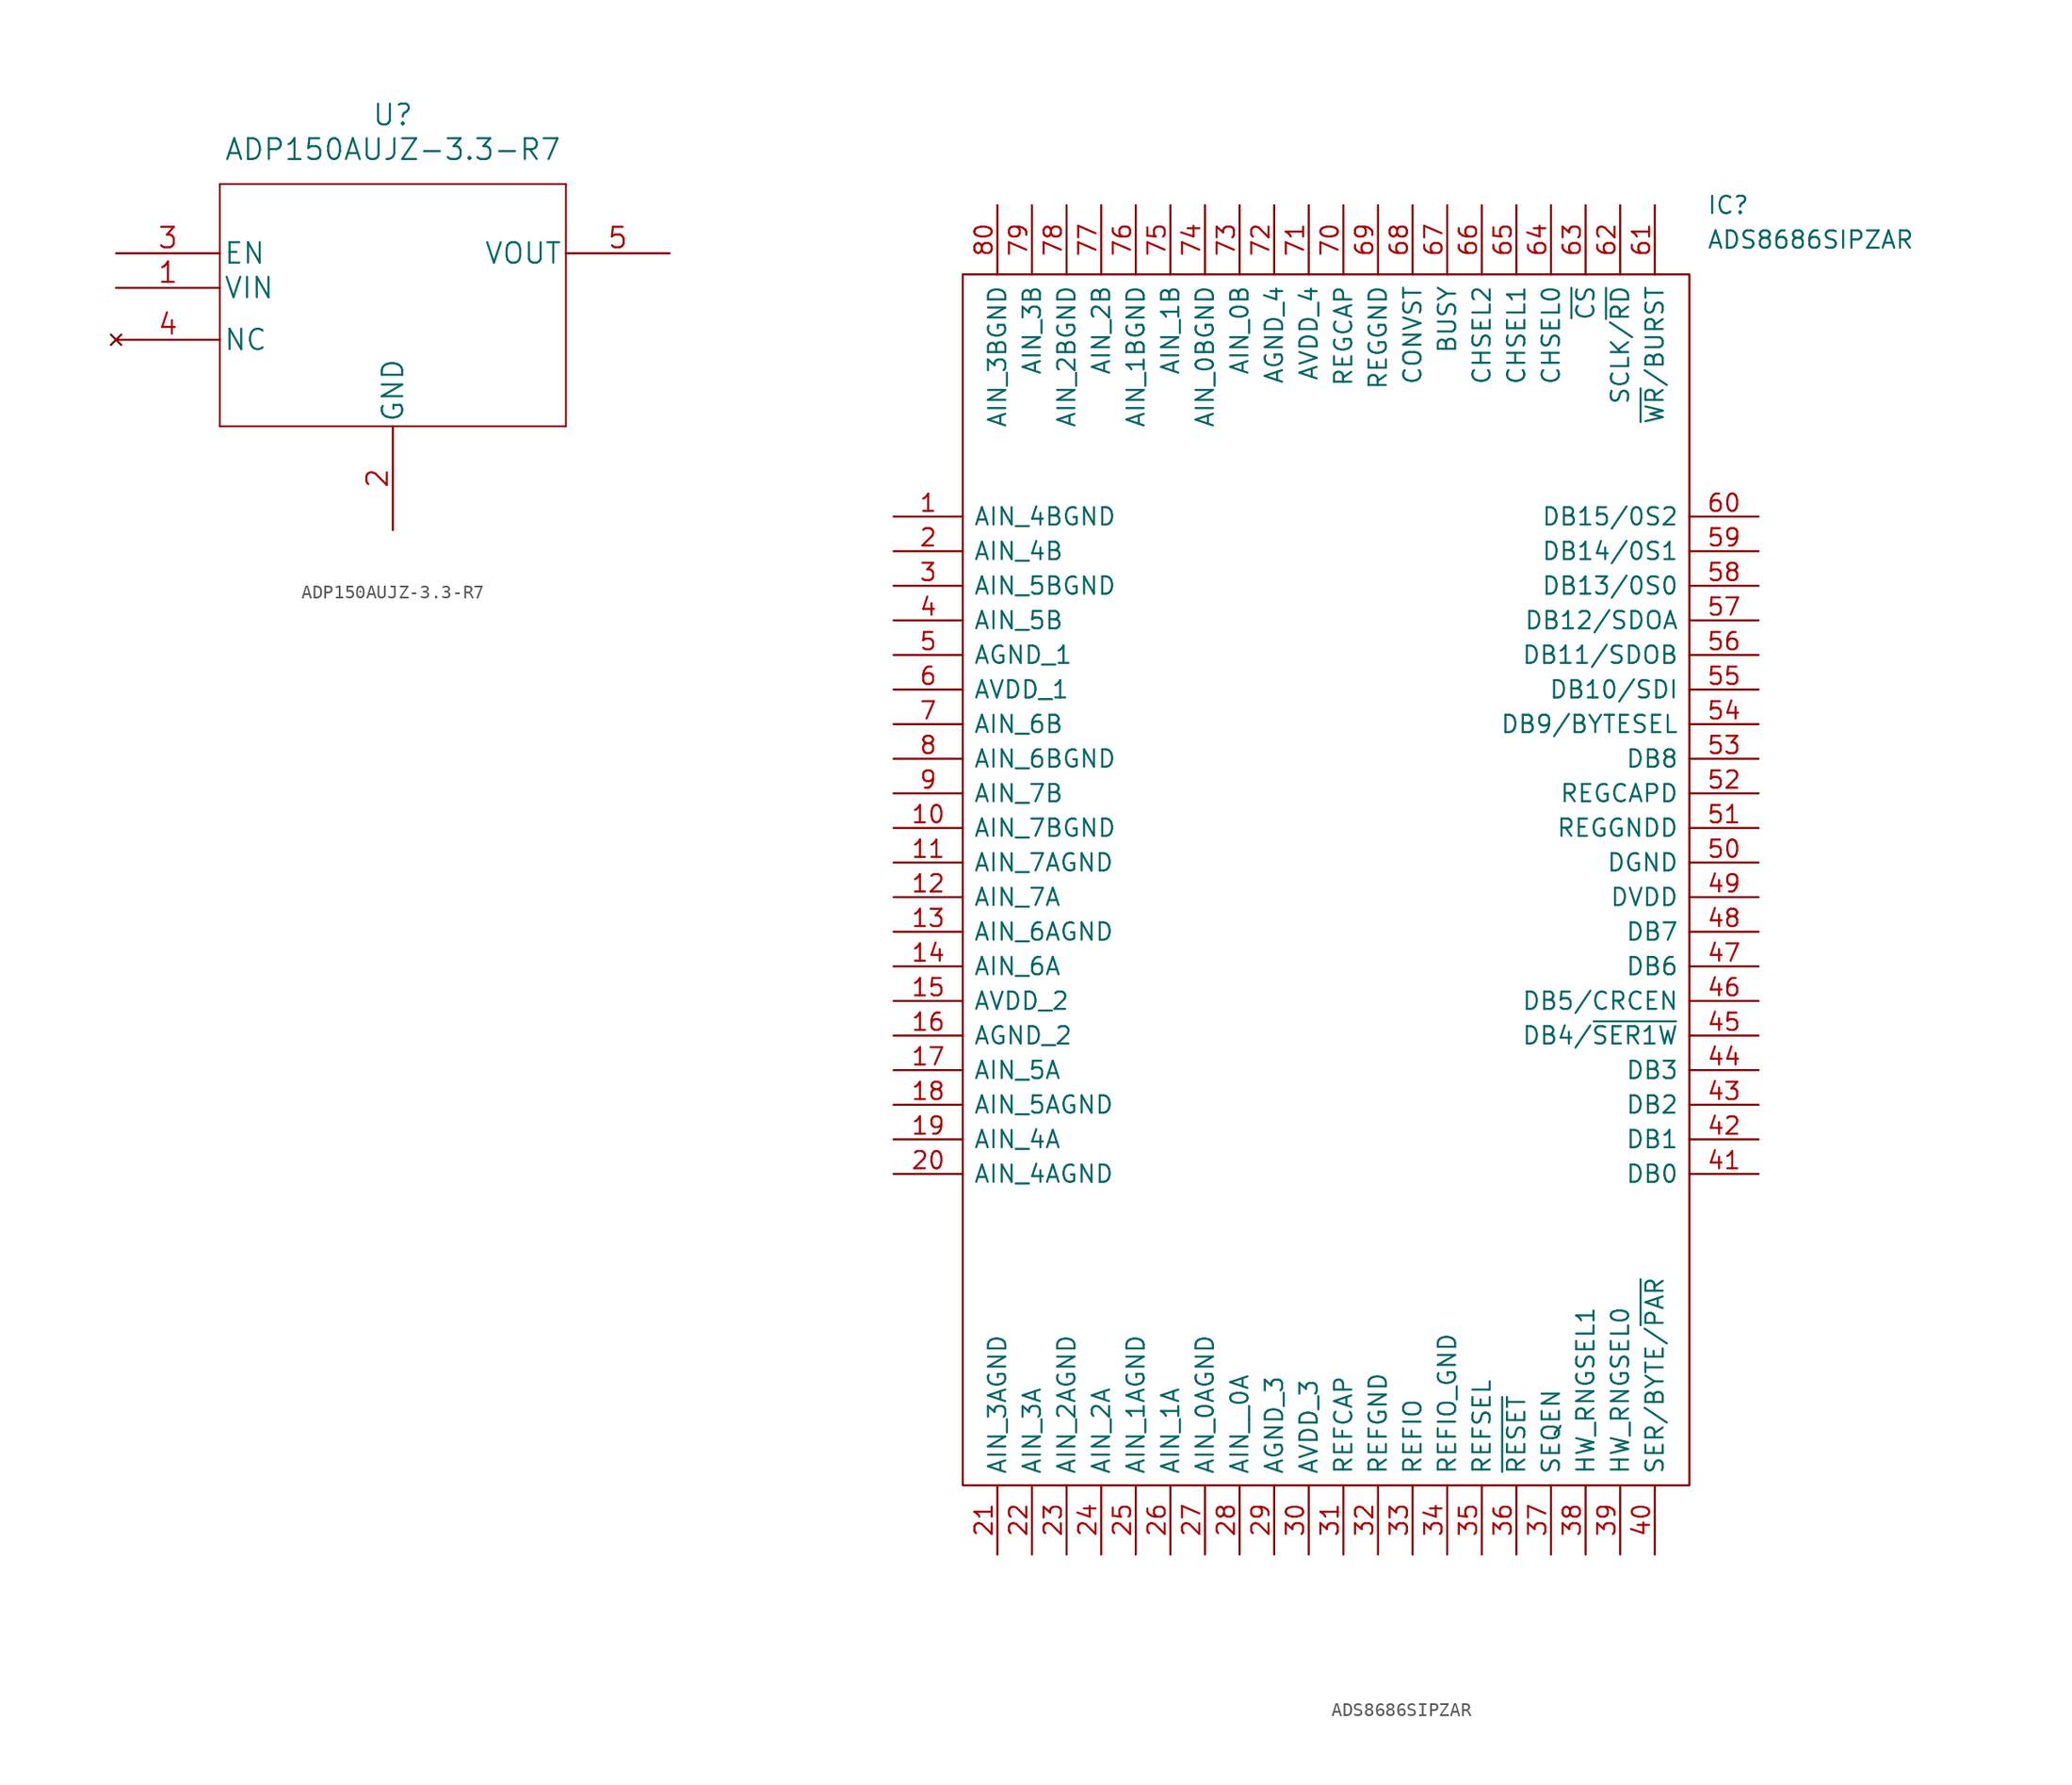
<source format=kicad_sym>
(kicad_symbol_lib
  (version 20211014)
  (generator kicad_symbol_editor)
  (symbol "ADP150AUJZ-3.3-R7"
    (pin_names
      (offset 0.254))
    (property "Reference" "U"
      (at 20.32 10.16 0)
      (effects (font (size 1.524 1.524))))
    (property "Value" "ADP150AUJZ-3.3-R7"
      (at 20.32 7.62 0)
      (effects (font (size 1.524 1.524))))
    (property "Datasheet" ""
      (at 0 0 0)
      (effects (font (size 1.524 1.524))))
    (property "ki_locked" ""
      (at 0 0 0)
      (effects (font (size 1.27 1.27))))
    (symbol "ADP150AUJZ-3.3-R7_1_1"
      (polyline (pts (xy 7.62 -12.7) (xy 33.02 -12.7)) (stroke (width 0.127) (type default) (color 0 0 0 0)) (fill (type none)))
      (polyline (pts (xy 7.62 5.08) (xy 7.62 -12.7)) (stroke (width 0.127) (type default) (color 0 0 0 0)) (fill (type none)))
      (polyline (pts (xy 33.02 -12.7) (xy 33.02 5.08)) (stroke (width 0.127) (type default) (color 0 0 0 0)) (fill (type none)))
      (polyline (pts (xy 33.02 5.08) (xy 7.62 5.08)) (stroke (width 0.127) (type default) (color 0 0 0 0)) (fill (type none)))
      (pin input line (at 0 -2.54 0) (length 7.62) (name "VIN" (effects (font (size 1.499 1.499)))) (number "1" (effects (font (size 1.499 1.499)))))
      (pin power_in line (at 20.32 -20.32 90) (length 7.62) (name "GND" (effects (font (size 1.499 1.499)))) (number "2" (effects (font (size 1.499 1.499)))))
      (pin input line (at 0 0 0) (length 7.62) (name "EN" (effects (font (size 1.499 1.499)))) (number "3" (effects (font (size 1.499 1.499)))))
      (pin no_connect line (at 0 -6.35 0) (length 7.62) (name "NC" (effects (font (size 1.499 1.499)))) (number "4" (effects (font (size 1.499 1.499)))))
      (pin output line (at 40.64 0 180) (length 7.62) (name "VOUT" (effects (font (size 1.499 1.499)))) (number "5" (effects (font (size 1.499 1.499)))))))
  (symbol "ADS8686SIPZAR"
    (pin_names
      (offset 0.762))
    (property "Reference" "IC"
      (at 59.69 22.86 0)
      (effects (font (size 1.27 1.27)) (justify left)))
    (property "Value" "ADS8686SIPZAR"
      (at 59.69 20.32 0)
      (effects (font (size 1.27 1.27)) (justify left)))
    (symbol "ADS8686SIPZAR_0_0"
      (pin passive line (at 0 0 0) (length 5.08) (name "AIN_4BGND" (effects (font (size 1.27 1.27)))) (number "1" (effects (font (size 1.27 1.27)))))
      (pin passive line (at 0 -22.86 0) (length 5.08) (name "AIN_7BGND" (effects (font (size 1.27 1.27)))) (number "10" (effects (font (size 1.27 1.27)))))
      (pin passive line (at 0 -25.4 0) (length 5.08) (name "AIN_7AGND" (effects (font (size 1.27 1.27)))) (number "11" (effects (font (size 1.27 1.27)))))
      (pin passive line (at 0 -27.94 0) (length 5.08) (name "AIN_7A" (effects (font (size 1.27 1.27)))) (number "12" (effects (font (size 1.27 1.27)))))
      (pin passive line (at 0 -30.48 0) (length 5.08) (name "AIN_6AGND" (effects (font (size 1.27 1.27)))) (number "13" (effects (font (size 1.27 1.27)))))
      (pin passive line (at 0 -33.02 0) (length 5.08) (name "AIN_6A" (effects (font (size 1.27 1.27)))) (number "14" (effects (font (size 1.27 1.27)))))
      (pin passive line (at 0 -35.56 0) (length 5.08) (name "AVDD_2" (effects (font (size 1.27 1.27)))) (number "15" (effects (font (size 1.27 1.27)))))
      (pin passive line (at 0 -38.1 0) (length 5.08) (name "AGND_2" (effects (font (size 1.27 1.27)))) (number "16" (effects (font (size 1.27 1.27)))))
      (pin passive line (at 0 -40.64 0) (length 5.08) (name "AIN_5A" (effects (font (size 1.27 1.27)))) (number "17" (effects (font (size 1.27 1.27)))))
      (pin passive line (at 0 -43.18 0) (length 5.08) (name "AIN_5AGND" (effects (font (size 1.27 1.27)))) (number "18" (effects (font (size 1.27 1.27)))))
      (pin passive line (at 0 -45.72 0) (length 5.08) (name "AIN_4A" (effects (font (size 1.27 1.27)))) (number "19" (effects (font (size 1.27 1.27)))))
      (pin passive line (at 0 -2.54 0) (length 5.08) (name "AIN_4B" (effects (font (size 1.27 1.27)))) (number "2" (effects (font (size 1.27 1.27)))))
      (pin passive line (at 0 -48.26 0) (length 5.08) (name "AIN_4AGND" (effects (font (size 1.27 1.27)))) (number "20" (effects (font (size 1.27 1.27)))))
      (pin passive line (at 7.62 -76.2 90) (length 5.08) (name "AIN_3AGND" (effects (font (size 1.27 1.27)))) (number "21" (effects (font (size 1.27 1.27)))))
      (pin passive line (at 10.16 -76.2 90) (length 5.08) (name "AIN_3A" (effects (font (size 1.27 1.27)))) (number "22" (effects (font (size 1.27 1.27)))))
      (pin passive line (at 12.7 -76.2 90) (length 5.08) (name "AIN_2AGND" (effects (font (size 1.27 1.27)))) (number "23" (effects (font (size 1.27 1.27)))))
      (pin passive line (at 15.24 -76.2 90) (length 5.08) (name "AIN_2A" (effects (font (size 1.27 1.27)))) (number "24" (effects (font (size 1.27 1.27)))))
      (pin passive line (at 17.78 -76.2 90) (length 5.08) (name "AIN_1AGND" (effects (font (size 1.27 1.27)))) (number "25" (effects (font (size 1.27 1.27)))))
      (pin passive line (at 20.32 -76.2 90) (length 5.08) (name "AIN_1A" (effects (font (size 1.27 1.27)))) (number "26" (effects (font (size 1.27 1.27)))))
      (pin passive line (at 22.86 -76.2 90) (length 5.08) (name "AIN_0AGND" (effects (font (size 1.27 1.27)))) (number "27" (effects (font (size 1.27 1.27)))))
      (pin passive line (at 25.4 -76.2 90) (length 5.08) (name "AIN__0A" (effects (font (size 1.27 1.27)))) (number "28" (effects (font (size 1.27 1.27)))))
      (pin passive line (at 27.94 -76.2 90) (length 5.08) (name "AGND_3" (effects (font (size 1.27 1.27)))) (number "29" (effects (font (size 1.27 1.27)))))
      (pin passive line (at 0 -5.08 0) (length 5.08) (name "AIN_5BGND" (effects (font (size 1.27 1.27)))) (number "3" (effects (font (size 1.27 1.27)))))
      (pin passive line (at 30.48 -76.2 90) (length 5.08) (name "AVDD_3" (effects (font (size 1.27 1.27)))) (number "30" (effects (font (size 1.27 1.27)))))
      (pin passive line (at 33.02 -76.2 90) (length 5.08) (name "REFCAP" (effects (font (size 1.27 1.27)))) (number "31" (effects (font (size 1.27 1.27)))))
      (pin passive line (at 35.56 -76.2 90) (length 5.08) (name "REFGND" (effects (font (size 1.27 1.27)))) (number "32" (effects (font (size 1.27 1.27)))))
      (pin passive line (at 38.1 -76.2 90) (length 5.08) (name "REFIO" (effects (font (size 1.27 1.27)))) (number "33" (effects (font (size 1.27 1.27)))))
      (pin passive line (at 40.64 -76.2 90) (length 5.08) (name "REFIO_GND" (effects (font (size 1.27 1.27)))) (number "34" (effects (font (size 1.27 1.27)))))
      (pin passive line (at 43.18 -76.2 90) (length 5.08) (name "REFSEL" (effects (font (size 1.27 1.27)))) (number "35" (effects (font (size 1.27 1.27)))))
      (pin passive line (at 45.72 -76.2 90) (length 5.08) (name "~{RESET}" (effects (font (size 1.27 1.27)))) (number "36" (effects (font (size 1.27 1.27)))))
      (pin passive line (at 48.26 -76.2 90) (length 5.08) (name "SEQEN" (effects (font (size 1.27 1.27)))) (number "37" (effects (font (size 1.27 1.27)))))
      (pin passive line (at 50.8 -76.2 90) (length 5.08) (name "HW_RNGSEL1" (effects (font (size 1.27 1.27)))) (number "38" (effects (font (size 1.27 1.27)))))
      (pin passive line (at 53.34 -76.2 90) (length 5.08) (name "HW_RNGSEL0" (effects (font (size 1.27 1.27)))) (number "39" (effects (font (size 1.27 1.27)))))
      (pin passive line (at 0 -7.62 0) (length 5.08) (name "AIN_5B" (effects (font (size 1.27 1.27)))) (number "4" (effects (font (size 1.27 1.27)))))
      (pin passive line (at 55.88 -76.2 90) (length 5.08) (name "SER/BYTE/~{PAR}" (effects (font (size 1.27 1.27)))) (number "40" (effects (font (size 1.27 1.27)))))
      (pin passive line (at 63.5 -48.26 180) (length 5.08) (name "DB0" (effects (font (size 1.27 1.27)))) (number "41" (effects (font (size 1.27 1.27)))))
      (pin passive line (at 63.5 -45.72 180) (length 5.08) (name "DB1" (effects (font (size 1.27 1.27)))) (number "42" (effects (font (size 1.27 1.27)))))
      (pin passive line (at 63.5 -43.18 180) (length 5.08) (name "DB2" (effects (font (size 1.27 1.27)))) (number "43" (effects (font (size 1.27 1.27)))))
      (pin passive line (at 63.5 -40.64 180) (length 5.08) (name "DB3" (effects (font (size 1.27 1.27)))) (number "44" (effects (font (size 1.27 1.27)))))
      (pin passive line (at 63.5 -38.1 180) (length 5.08) (name "DB4/~{SER1W}" (effects (font (size 1.27 1.27)))) (number "45" (effects (font (size 1.27 1.27)))))
      (pin passive line (at 63.5 -35.56 180) (length 5.08) (name "DB5/CRCEN" (effects (font (size 1.27 1.27)))) (number "46" (effects (font (size 1.27 1.27)))))
      (pin passive line (at 63.5 -33.02 180) (length 5.08) (name "DB6" (effects (font (size 1.27 1.27)))) (number "47" (effects (font (size 1.27 1.27)))))
      (pin passive line (at 63.5 -30.48 180) (length 5.08) (name "DB7" (effects (font (size 1.27 1.27)))) (number "48" (effects (font (size 1.27 1.27)))))
      (pin passive line (at 63.5 -27.94 180) (length 5.08) (name "DVDD" (effects (font (size 1.27 1.27)))) (number "49" (effects (font (size 1.27 1.27)))))
      (pin passive line (at 0 -10.16 0) (length 5.08) (name "AGND_1" (effects (font (size 1.27 1.27)))) (number "5" (effects (font (size 1.27 1.27)))))
      (pin passive line (at 63.5 -25.4 180) (length 5.08) (name "DGND" (effects (font (size 1.27 1.27)))) (number "50" (effects (font (size 1.27 1.27)))))
      (pin passive line (at 63.5 -22.86 180) (length 5.08) (name "REGGNDD" (effects (font (size 1.27 1.27)))) (number "51" (effects (font (size 1.27 1.27)))))
      (pin passive line (at 63.5 -20.32 180) (length 5.08) (name "REGCAPD" (effects (font (size 1.27 1.27)))) (number "52" (effects (font (size 1.27 1.27)))))
      (pin passive line (at 63.5 -17.78 180) (length 5.08) (name "DB8" (effects (font (size 1.27 1.27)))) (number "53" (effects (font (size 1.27 1.27)))))
      (pin passive line (at 63.5 -15.24 180) (length 5.08) (name "DB9/BYTESEL" (effects (font (size 1.27 1.27)))) (number "54" (effects (font (size 1.27 1.27)))))
      (pin passive line (at 63.5 -12.7 180) (length 5.08) (name "DB10/SDI" (effects (font (size 1.27 1.27)))) (number "55" (effects (font (size 1.27 1.27)))))
      (pin passive line (at 63.5 -10.16 180) (length 5.08) (name "DB11/SDOB" (effects (font (size 1.27 1.27)))) (number "56" (effects (font (size 1.27 1.27)))))
      (pin passive line (at 63.5 -7.62 180) (length 5.08) (name "DB12/SDOA" (effects (font (size 1.27 1.27)))) (number "57" (effects (font (size 1.27 1.27)))))
      (pin passive line (at 63.5 -5.08 180) (length 5.08) (name "DB13/0S0" (effects (font (size 1.27 1.27)))) (number "58" (effects (font (size 1.27 1.27)))))
      (pin passive line (at 63.5 -2.54 180) (length 5.08) (name "DB14/0S1" (effects (font (size 1.27 1.27)))) (number "59" (effects (font (size 1.27 1.27)))))
      (pin passive line (at 0 -12.7 0) (length 5.08) (name "AVDD_1" (effects (font (size 1.27 1.27)))) (number "6" (effects (font (size 1.27 1.27)))))
      (pin passive line (at 63.5 0 180) (length 5.08) (name "DB15/0S2" (effects (font (size 1.27 1.27)))) (number "60" (effects (font (size 1.27 1.27)))))
      (pin passive line (at 55.88 22.86 270) (length 5.08) (name "~{WR}/BURST" (effects (font (size 1.27 1.27)))) (number "61" (effects (font (size 1.27 1.27)))))
      (pin passive line (at 53.34 22.86 270) (length 5.08) (name "SCLK/~{RD}" (effects (font (size 1.27 1.27)))) (number "62" (effects (font (size 1.27 1.27)))))
      (pin passive line (at 50.8 22.86 270) (length 5.08) (name "~{CS}" (effects (font (size 1.27 1.27)))) (number "63" (effects (font (size 1.27 1.27)))))
      (pin passive line (at 48.26 22.86 270) (length 5.08) (name "CHSEL0" (effects (font (size 1.27 1.27)))) (number "64" (effects (font (size 1.27 1.27)))))
      (pin passive line (at 45.72 22.86 270) (length 5.08) (name "CHSEL1" (effects (font (size 1.27 1.27)))) (number "65" (effects (font (size 1.27 1.27)))))
      (pin passive line (at 43.18 22.86 270) (length 5.08) (name "CHSEL2" (effects (font (size 1.27 1.27)))) (number "66" (effects (font (size 1.27 1.27)))))
      (pin passive line (at 40.64 22.86 270) (length 5.08) (name "BUSY" (effects (font (size 1.27 1.27)))) (number "67" (effects (font (size 1.27 1.27)))))
      (pin passive line (at 38.1 22.86 270) (length 5.08) (name "CONVST" (effects (font (size 1.27 1.27)))) (number "68" (effects (font (size 1.27 1.27)))))
      (pin passive line (at 35.56 22.86 270) (length 5.08) (name "REGGND" (effects (font (size 1.27 1.27)))) (number "69" (effects (font (size 1.27 1.27)))))
      (pin passive line (at 0 -15.24 0) (length 5.08) (name "AIN_6B" (effects (font (size 1.27 1.27)))) (number "7" (effects (font (size 1.27 1.27)))))
      (pin passive line (at 33.02 22.86 270) (length 5.08) (name "REGCAP" (effects (font (size 1.27 1.27)))) (number "70" (effects (font (size 1.27 1.27)))))
      (pin passive line (at 30.48 22.86 270) (length 5.08) (name "AVDD_4" (effects (font (size 1.27 1.27)))) (number "71" (effects (font (size 1.27 1.27)))))
      (pin passive line (at 27.94 22.86 270) (length 5.08) (name "AGND_4" (effects (font (size 1.27 1.27)))) (number "72" (effects (font (size 1.27 1.27)))))
      (pin passive line (at 25.4 22.86 270) (length 5.08) (name "AIN_0B" (effects (font (size 1.27 1.27)))) (number "73" (effects (font (size 1.27 1.27)))))
      (pin passive line (at 22.86 22.86 270) (length 5.08) (name "AIN_0BGND" (effects (font (size 1.27 1.27)))) (number "74" (effects (font (size 1.27 1.27)))))
      (pin passive line (at 20.32 22.86 270) (length 5.08) (name "AIN_1B" (effects (font (size 1.27 1.27)))) (number "75" (effects (font (size 1.27 1.27)))))
      (pin passive line (at 17.78 22.86 270) (length 5.08) (name "AIN_1BGND" (effects (font (size 1.27 1.27)))) (number "76" (effects (font (size 1.27 1.27)))))
      (pin passive line (at 15.24 22.86 270) (length 5.08) (name "AIN_2B" (effects (font (size 1.27 1.27)))) (number "77" (effects (font (size 1.27 1.27)))))
      (pin passive line (at 12.7 22.86 270) (length 5.08) (name "AIN_2BGND" (effects (font (size 1.27 1.27)))) (number "78" (effects (font (size 1.27 1.27)))))
      (pin passive line (at 10.16 22.86 270) (length 5.08) (name "AIN_3B" (effects (font (size 1.27 1.27)))) (number "79" (effects (font (size 1.27 1.27)))))
      (pin passive line (at 0 -17.78 0) (length 5.08) (name "AIN_6BGND" (effects (font (size 1.27 1.27)))) (number "8" (effects (font (size 1.27 1.27)))))
      (pin passive line (at 7.62 22.86 270) (length 5.08) (name "AIN_3BGND" (effects (font (size 1.27 1.27)))) (number "80" (effects (font (size 1.27 1.27)))))
      (pin passive line (at 0 -20.32 0) (length 5.08) (name "AIN_7B" (effects (font (size 1.27 1.27)))) (number "9" (effects (font (size 1.27 1.27))))))
    (symbol "ADS8686SIPZAR_0_1"
      (polyline (pts (xy 5.08 17.78) (xy 58.42 17.78) (xy 58.42 -71.12) (xy 5.08 -71.12) (xy 5.08 17.78)) (stroke (width 0.152) (type default) (color 0 0 0 0)) (fill (type none))))))
</source>
